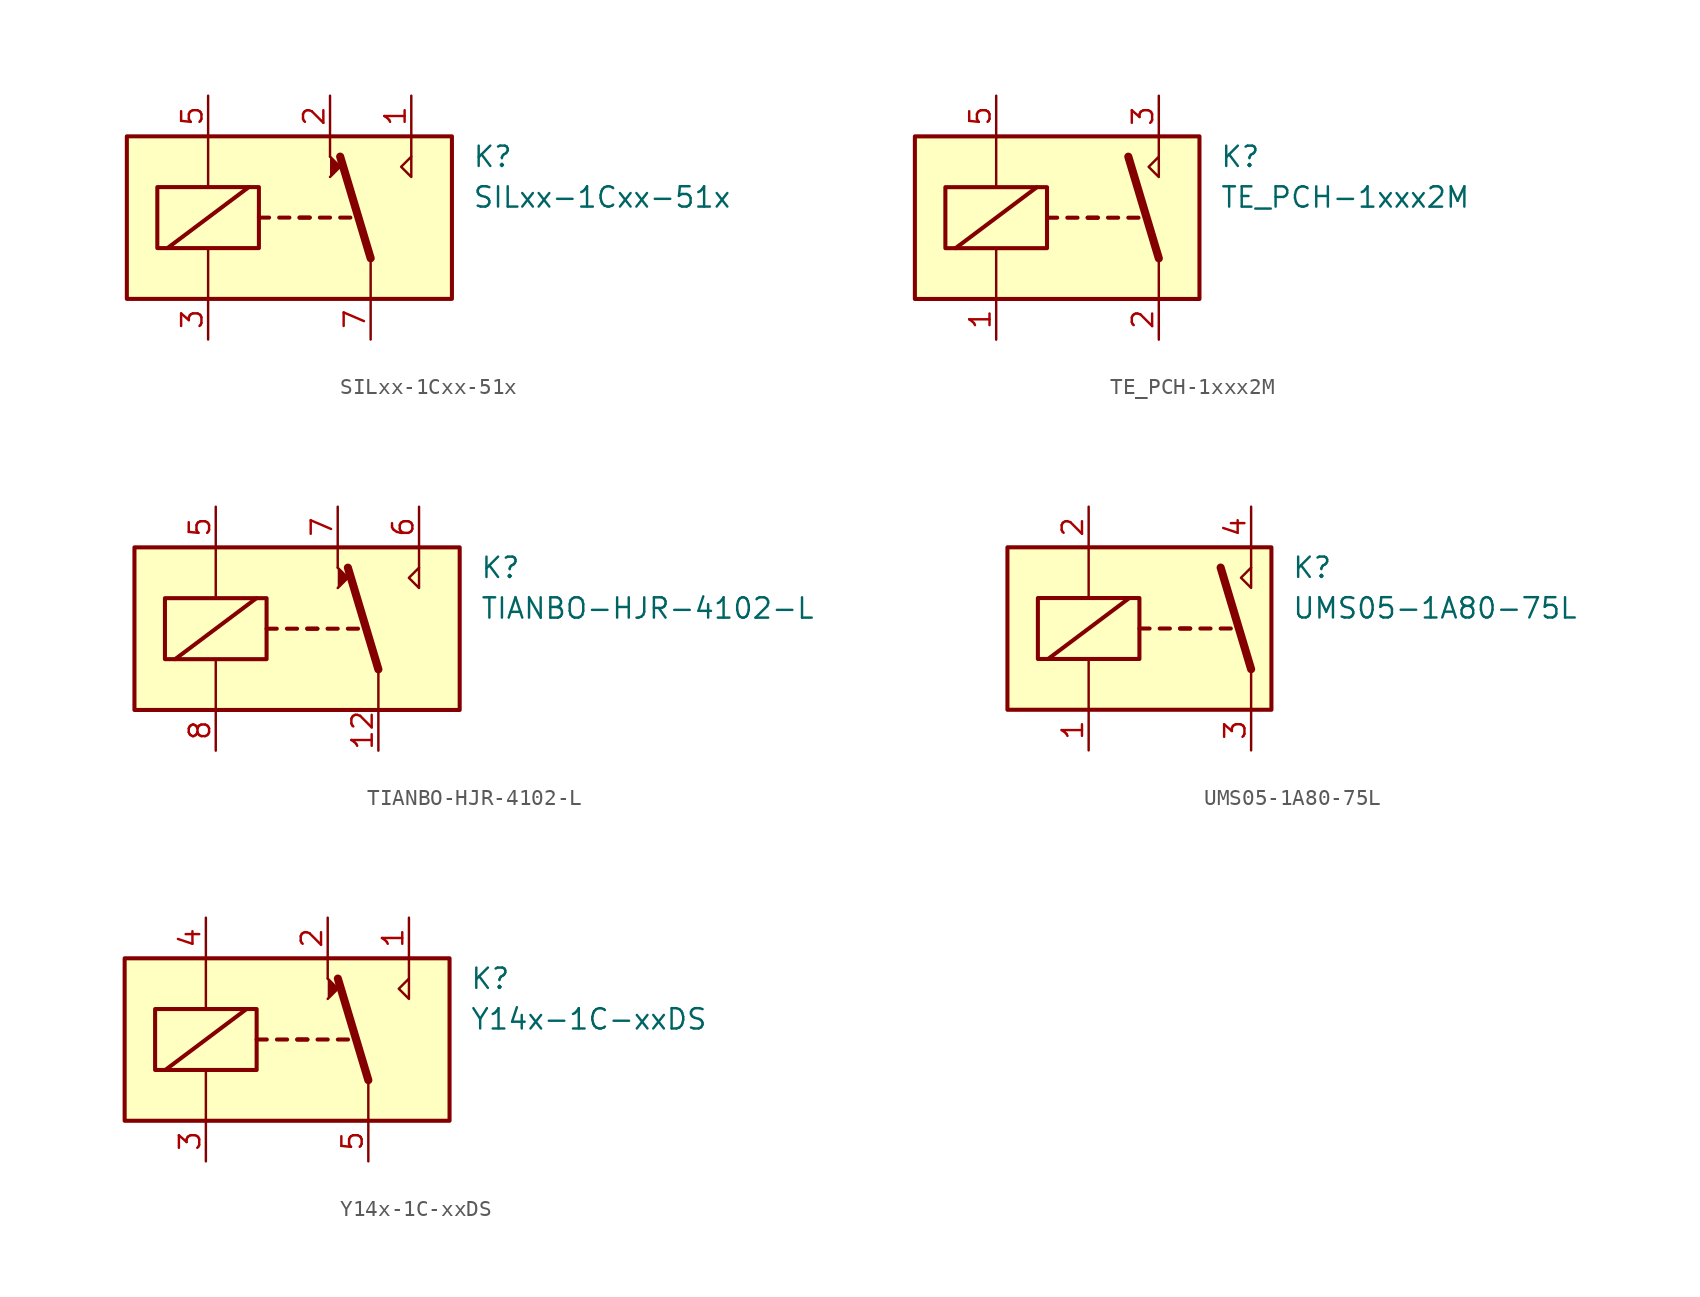
<source format=kicad_sym>
(kicad_symbol_lib
  (version 20201005)
  (generator kicad_symbol_editor)
  (symbol "SILxx-1Cxx-51x"
    (pin_names
      (offset 1.016))
    (property "Reference" "K"
      (at 11.43 3.81 0)
      (effects (font (size 1.27 1.27)) (justify left)))
    (property "Value" "SILxx-1Cxx-51x"
      (at 11.43 1.27 0)
      (effects (font (size 1.27 1.27)) (justify left)))
    (symbol "SILxx-1Cxx-51x_0_0"
      (polyline (pts (xy 2.54 3.81) (xy 2.54 5.08)) (stroke (width 0)) (fill (type none)))
      (polyline (pts (xy 7.62 3.81) (xy 7.62 5.08)) (stroke (width 0)) (fill (type none)))
      (polyline (pts (xy 7.62 3.81) (xy 7.62 2.54) (xy 6.985 3.175) (xy 7.62 3.81)) (stroke (width 0)) (fill (type none))))
    (symbol "SILxx-1Cxx-51x_0_1"
      (rectangle (start -10.16 5.08) (end 10.16 -5.08) (stroke (width 0.254)) (fill (type background)))
      (rectangle (start -8.255 1.905) (end -1.905 -1.905) (stroke (width 0.254)) (fill (type none)))
      (polyline (pts (xy -7.62 -1.905) (xy -2.54 1.905)) (stroke (width 0.254)) (fill (type none)))
      (polyline (pts (xy -5.08 -5.08) (xy -5.08 -1.905)) (stroke (width 0)) (fill (type none)))
      (polyline (pts (xy -5.08 5.08) (xy -5.08 1.905)) (stroke (width 0)) (fill (type none)))
      (polyline (pts (xy -1.905 0) (xy -1.27 0)) (stroke (width 0.254)) (fill (type none)))
      (polyline (pts (xy -0.635 0) (xy 0 0)) (stroke (width 0.254)) (fill (type none)))
      (polyline (pts (xy 0.635 0) (xy 1.27 0)) (stroke (width 0.254)) (fill (type none)))
      (polyline (pts (xy 0.635 0) (xy 1.27 0)) (stroke (width 0.254)) (fill (type none)))
      (polyline (pts (xy 1.905 0) (xy 2.54 0)) (stroke (width 0.254)) (fill (type none)))
      (polyline (pts (xy 3.175 0) (xy 3.81 0)) (stroke (width 0.254)) (fill (type none)))
      (polyline (pts (xy 5.08 -2.54) (xy 3.175 3.81)) (stroke (width 0.508)) (fill (type none)))
      (polyline (pts (xy 5.08 -2.54) (xy 5.08 -5.08)) (stroke (width 0)) (fill (type none)))
      (polyline (pts (xy 2.54 2.54) (xy 3.175 3.175) (xy 2.54 3.81)) (stroke (width 0)) (fill (type outline))))
    (symbol "SILxx-1Cxx-51x_1_1"
      (pin passive line (at 7.62 7.62 270) (length 2.54) (name "~" (effects (font (size 1.27 1.27)))) (number "1" (effects (font (size 1.27 1.27)))))
      (pin passive line (at 2.54 7.62 270) (length 2.54) (name "~" (effects (font (size 1.27 1.27)))) (number "2" (effects (font (size 1.27 1.27)))))
      (pin passive line (at -5.08 -7.62 90) (length 2.54) (name "~" (effects (font (size 1.27 1.27)))) (number "3" (effects (font (size 1.27 1.27)))))
      (pin passive line (at -5.08 7.62 270) (length 2.54) (name "~" (effects (font (size 1.27 1.27)))) (number "5" (effects (font (size 1.27 1.27)))))
      (pin passive line (at 5.08 -7.62 90) (length 2.54) (name "~" (effects (font (size 1.27 1.27)))) (number "7" (effects (font (size 1.27 1.27)))))))
  (symbol "TE_PCH-1xxx2M"
    (property "Reference" "K"
      (at 8.89 3.81 0)
      (effects (font (size 1.27 1.27)) (justify left)))
    (property "Value" "TE_PCH-1xxx2M"
      (at 8.89 1.27 0)
      (effects (font (size 1.27 1.27)) (justify left)))
    (symbol "TE_PCH-1xxx2M_0_0"
      (polyline (pts (xy 5.08 3.81) (xy 5.08 5.08)) (stroke (width 0)) (fill (type none)))
      (polyline (pts (xy 5.08 3.81) (xy 5.08 2.54) (xy 4.445 3.175) (xy 5.08 3.81)) (stroke (width 0)) (fill (type none))))
    (symbol "TE_PCH-1xxx2M_0_1"
      (rectangle (start -10.16 5.08) (end 7.62 -5.08) (stroke (width 0.254)) (fill (type background)))
      (rectangle (start -8.255 1.905) (end -1.905 -1.905) (stroke (width 0.254)) (fill (type none)))
      (polyline (pts (xy -7.62 -1.905) (xy -2.54 1.905)) (stroke (width 0.254)) (fill (type none)))
      (polyline (pts (xy -5.08 -5.08) (xy -5.08 -1.905)) (stroke (width 0)) (fill (type none)))
      (polyline (pts (xy -5.08 5.08) (xy -5.08 1.905)) (stroke (width 0)) (fill (type none)))
      (polyline (pts (xy -1.905 0) (xy -1.27 0)) (stroke (width 0.254)) (fill (type none)))
      (polyline (pts (xy -0.635 0) (xy 0 0)) (stroke (width 0.254)) (fill (type none)))
      (polyline (pts (xy 0.635 0) (xy 1.27 0)) (stroke (width 0.254)) (fill (type none)))
      (polyline (pts (xy 0.635 0) (xy 1.27 0)) (stroke (width 0.254)) (fill (type none)))
      (polyline (pts (xy 1.905 0) (xy 2.54 0)) (stroke (width 0.254)) (fill (type none)))
      (polyline (pts (xy 3.175 0) (xy 3.81 0)) (stroke (width 0.254)) (fill (type none)))
      (polyline (pts (xy 5.08 -2.54) (xy 3.175 3.81)) (stroke (width 0.508)) (fill (type none)))
      (polyline (pts (xy 5.08 -2.54) (xy 5.08 -5.08)) (stroke (width 0)) (fill (type none))))
    (symbol "TE_PCH-1xxx2M_1_1"
      (pin passive line (at -5.08 -7.62 90) (length 2.54) (name "~" (effects (font (size 1.27 1.27)))) (number "1" (effects (font (size 1.27 1.27)))))
      (pin passive line (at 5.08 -7.62 90) (length 2.54) (name "~" (effects (font (size 1.27 1.27)))) (number "2" (effects (font (size 1.27 1.27)))))
      (pin passive line (at 5.08 7.62 270) (length 2.54) (name "~" (effects (font (size 1.27 1.27)))) (number "3" (effects (font (size 1.27 1.27)))))
      (pin passive line (at -5.08 7.62 270) (length 2.54) (name "~" (effects (font (size 1.27 1.27)))) (number "5" (effects (font (size 1.27 1.27)))))))
  (symbol "TIANBO-HJR-4102-L"
    (pin_names
      (offset 1.016))
    (property "Reference" "K"
      (at 11.43 3.81 0)
      (effects (font (size 1.27 1.27)) (justify left)))
    (property "Value" "TIANBO-HJR-4102-L"
      (at 11.43 1.27 0)
      (effects (font (size 1.27 1.27)) (justify left)))
    (symbol "TIANBO-HJR-4102-L_0_0"
      (polyline (pts (xy 2.54 3.81) (xy 2.54 5.08)) (stroke (width 0)) (fill (type none)))
      (polyline (pts (xy 7.62 3.81) (xy 7.62 5.08)) (stroke (width 0)) (fill (type none)))
      (polyline (pts (xy 7.62 3.81) (xy 7.62 2.54) (xy 6.985 3.175) (xy 7.62 3.81)) (stroke (width 0)) (fill (type none))))
    (symbol "TIANBO-HJR-4102-L_0_1"
      (rectangle (start -10.16 5.08) (end 10.16 -5.08) (stroke (width 0.254)) (fill (type background)))
      (rectangle (start -8.255 1.905) (end -1.905 -1.905) (stroke (width 0.254)) (fill (type none)))
      (polyline (pts (xy -7.62 -1.905) (xy -2.54 1.905)) (stroke (width 0.254)) (fill (type none)))
      (polyline (pts (xy -5.08 -5.08) (xy -5.08 -1.905)) (stroke (width 0)) (fill (type none)))
      (polyline (pts (xy -5.08 5.08) (xy -5.08 1.905)) (stroke (width 0)) (fill (type none)))
      (polyline (pts (xy -1.905 0) (xy -1.27 0)) (stroke (width 0.254)) (fill (type none)))
      (polyline (pts (xy -0.635 0) (xy 0 0)) (stroke (width 0.254)) (fill (type none)))
      (polyline (pts (xy 0.635 0) (xy 1.27 0)) (stroke (width 0.254)) (fill (type none)))
      (polyline (pts (xy 0.635 0) (xy 1.27 0)) (stroke (width 0.254)) (fill (type none)))
      (polyline (pts (xy 1.905 0) (xy 2.54 0)) (stroke (width 0.254)) (fill (type none)))
      (polyline (pts (xy 3.175 0) (xy 3.81 0)) (stroke (width 0.254)) (fill (type none)))
      (polyline (pts (xy 5.08 -2.54) (xy 3.175 3.81)) (stroke (width 0.508)) (fill (type none)))
      (polyline (pts (xy 5.08 -2.54) (xy 5.08 -5.08)) (stroke (width 0)) (fill (type none)))
      (polyline (pts (xy 2.54 2.54) (xy 3.175 3.175) (xy 2.54 3.81)) (stroke (width 0)) (fill (type outline))))
    (symbol "TIANBO-HJR-4102-L_1_1"
      (pin passive line (at 5.08 -7.62 90) (length 2.54) (name "~" (effects (font (size 1.27 1.27)))) (number "12" (effects (font (size 1.27 1.27)))))
      (pin passive line (at -5.08 7.62 270) (length 2.54) (name "~" (effects (font (size 1.27 1.27)))) (number "5" (effects (font (size 1.27 1.27)))))
      (pin passive line (at 7.62 7.62 270) (length 2.54) (name "~" (effects (font (size 1.27 1.27)))) (number "6" (effects (font (size 1.27 1.27)))))
      (pin passive line (at 2.54 7.62 270) (length 2.54) (name "~" (effects (font (size 1.27 1.27)))) (number "7" (effects (font (size 1.27 1.27)))))
      (pin passive line (at -5.08 -7.62 90) (length 2.54) (name "~" (effects (font (size 1.27 1.27)))) (number "8" (effects (font (size 1.27 1.27)))))))
  (symbol "UMS05-1A80-75L"
    (pin_names
      (offset 1.016))
    (property "Reference" "K"
      (at 7.62 3.81 0)
      (effects (font (size 1.27 1.27)) (justify left)))
    (property "Value" "UMS05-1A80-75L"
      (at 7.62 1.27 0)
      (effects (font (size 1.27 1.27)) (justify left)))
    (symbol "UMS05-1A80-75L_0_0"
      (polyline (pts (xy 5.08 3.81) (xy 5.08 5.08)) (stroke (width 0)) (fill (type none)))
      (polyline (pts (xy 5.08 3.81) (xy 5.08 2.54) (xy 4.445 3.175) (xy 5.08 3.81)) (stroke (width 0)) (fill (type none))))
    (symbol "UMS05-1A80-75L_0_1"
      (rectangle (start -10.16 5.08) (end 6.35 -5.08) (stroke (width 0.254)) (fill (type background)))
      (rectangle (start -8.255 1.905) (end -1.905 -1.905) (stroke (width 0.254)) (fill (type none)))
      (polyline (pts (xy -7.62 -1.905) (xy -2.54 1.905)) (stroke (width 0.254)) (fill (type none)))
      (polyline (pts (xy -5.08 -5.08) (xy -5.08 -1.905)) (stroke (width 0)) (fill (type none)))
      (polyline (pts (xy -5.08 5.08) (xy -5.08 1.905)) (stroke (width 0)) (fill (type none)))
      (polyline (pts (xy -1.905 0) (xy -1.27 0)) (stroke (width 0.254)) (fill (type none)))
      (polyline (pts (xy -0.635 0) (xy 0 0)) (stroke (width 0.254)) (fill (type none)))
      (polyline (pts (xy 0.635 0) (xy 1.27 0)) (stroke (width 0.254)) (fill (type none)))
      (polyline (pts (xy 0.635 0) (xy 1.27 0)) (stroke (width 0.254)) (fill (type none)))
      (polyline (pts (xy 1.905 0) (xy 2.54 0)) (stroke (width 0.254)) (fill (type none)))
      (polyline (pts (xy 3.175 0) (xy 3.81 0)) (stroke (width 0.254)) (fill (type none)))
      (polyline (pts (xy 5.08 -2.54) (xy 3.175 3.81)) (stroke (width 0.508)) (fill (type none)))
      (polyline (pts (xy 5.08 -2.54) (xy 5.08 -5.08)) (stroke (width 0)) (fill (type none))))
    (symbol "UMS05-1A80-75L_1_1"
      (pin passive line (at -5.08 -7.62 90) (length 2.54) (name "~" (effects (font (size 1.27 1.27)))) (number "1" (effects (font (size 1.27 1.27)))))
      (pin passive line (at -5.08 7.62 270) (length 2.54) (name "~" (effects (font (size 1.27 1.27)))) (number "2" (effects (font (size 1.27 1.27)))))
      (pin passive line (at 5.08 -7.62 90) (length 2.54) (name "~" (effects (font (size 1.27 1.27)))) (number "3" (effects (font (size 1.27 1.27)))))
      (pin passive line (at 5.08 7.62 270) (length 2.54) (name "~" (effects (font (size 1.27 1.27)))) (number "4" (effects (font (size 1.27 1.27)))))))
  (symbol "Y14x-1C-xxDS"
    (property "Reference" "K"
      (at 11.43 3.81 0)
      (effects (font (size 1.27 1.27)) (justify left)))
    (property "Value" "Y14x-1C-xxDS"
      (at 11.43 1.27 0)
      (effects (font (size 1.27 1.27)) (justify left)))
    (symbol "Y14x-1C-xxDS_0_0"
      (polyline (pts (xy 2.54 3.81) (xy 2.54 5.08)) (stroke (width 0)) (fill (type none)))
      (polyline (pts (xy 7.62 3.81) (xy 7.62 5.08)) (stroke (width 0)) (fill (type none)))
      (polyline (pts (xy 7.62 3.81) (xy 7.62 2.54) (xy 6.985 3.175) (xy 7.62 3.81)) (stroke (width 0)) (fill (type none))))
    (symbol "Y14x-1C-xxDS_0_1"
      (rectangle (start -10.16 5.08) (end 10.16 -5.08) (stroke (width 0.254)) (fill (type background)))
      (rectangle (start -8.255 1.905) (end -1.905 -1.905) (stroke (width 0.254)) (fill (type none)))
      (polyline (pts (xy -7.62 -1.905) (xy -2.54 1.905)) (stroke (width 0.254)) (fill (type none)))
      (polyline (pts (xy -5.08 -5.08) (xy -5.08 -1.905)) (stroke (width 0)) (fill (type none)))
      (polyline (pts (xy -5.08 5.08) (xy -5.08 1.905)) (stroke (width 0)) (fill (type none)))
      (polyline (pts (xy -1.905 0) (xy -1.27 0)) (stroke (width 0.254)) (fill (type none)))
      (polyline (pts (xy -0.635 0) (xy 0 0)) (stroke (width 0.254)) (fill (type none)))
      (polyline (pts (xy 0.635 0) (xy 1.27 0)) (stroke (width 0.254)) (fill (type none)))
      (polyline (pts (xy 0.635 0) (xy 1.27 0)) (stroke (width 0.254)) (fill (type none)))
      (polyline (pts (xy 1.905 0) (xy 2.54 0)) (stroke (width 0.254)) (fill (type none)))
      (polyline (pts (xy 3.175 0) (xy 3.81 0)) (stroke (width 0.254)) (fill (type none)))
      (polyline (pts (xy 5.08 -2.54) (xy 3.175 3.81)) (stroke (width 0.508)) (fill (type none)))
      (polyline (pts (xy 5.08 -2.54) (xy 5.08 -5.08)) (stroke (width 0)) (fill (type none)))
      (polyline (pts (xy 2.54 2.54) (xy 3.175 3.175) (xy 2.54 3.81)) (stroke (width 0)) (fill (type outline))))
    (symbol "Y14x-1C-xxDS_1_1"
      (pin passive line (at 7.62 7.62 270) (length 2.54) (name "~" (effects (font (size 1.27 1.27)))) (number "1" (effects (font (size 1.27 1.27)))))
      (pin passive line (at 2.54 7.62 270) (length 2.54) (name "~" (effects (font (size 1.27 1.27)))) (number "2" (effects (font (size 1.27 1.27)))))
      (pin passive line (at -5.08 -7.62 90) (length 2.54) (name "~" (effects (font (size 1.27 1.27)))) (number "3" (effects (font (size 1.27 1.27)))))
      (pin passive line (at -5.08 7.62 270) (length 2.54) (name "~" (effects (font (size 1.27 1.27)))) (number "4" (effects (font (size 1.27 1.27)))))
      (pin passive line (at 5.08 -7.62 90) (length 2.54) (name "~" (effects (font (size 1.27 1.27)))) (number "5" (effects (font (size 1.27 1.27)))))
      (pin passive line (at 5.08 -7.62 90) (length 2.54) hide (name "~" (effects (font (size 1.27 1.27)))) (number "6" (effects (font (size 1.27 1.27))))))))
</source>
